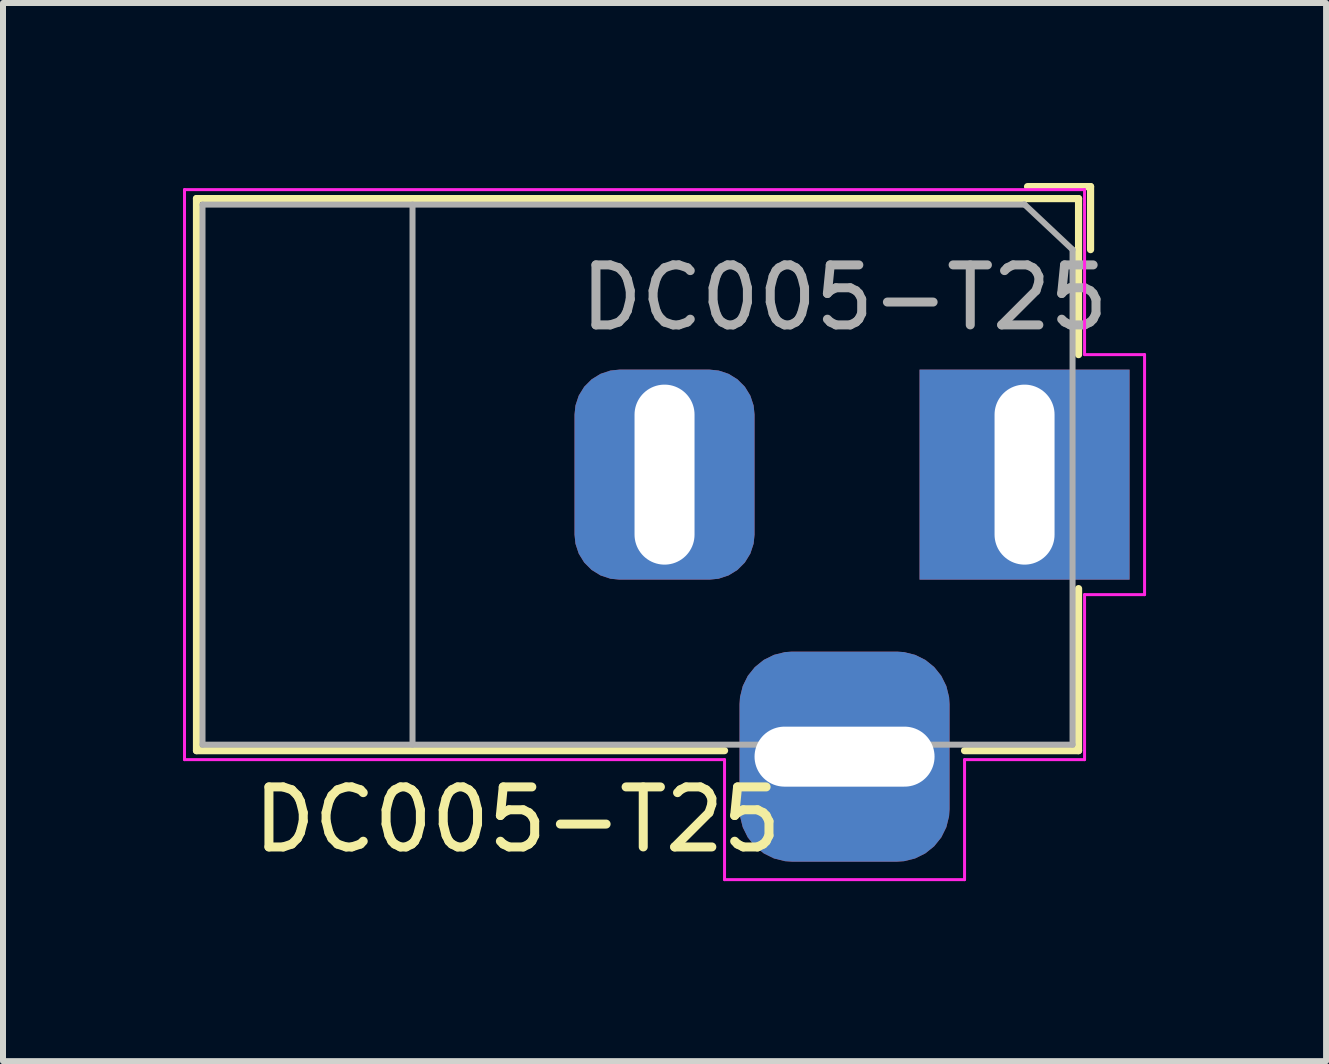
<source format=kicad_pcb>
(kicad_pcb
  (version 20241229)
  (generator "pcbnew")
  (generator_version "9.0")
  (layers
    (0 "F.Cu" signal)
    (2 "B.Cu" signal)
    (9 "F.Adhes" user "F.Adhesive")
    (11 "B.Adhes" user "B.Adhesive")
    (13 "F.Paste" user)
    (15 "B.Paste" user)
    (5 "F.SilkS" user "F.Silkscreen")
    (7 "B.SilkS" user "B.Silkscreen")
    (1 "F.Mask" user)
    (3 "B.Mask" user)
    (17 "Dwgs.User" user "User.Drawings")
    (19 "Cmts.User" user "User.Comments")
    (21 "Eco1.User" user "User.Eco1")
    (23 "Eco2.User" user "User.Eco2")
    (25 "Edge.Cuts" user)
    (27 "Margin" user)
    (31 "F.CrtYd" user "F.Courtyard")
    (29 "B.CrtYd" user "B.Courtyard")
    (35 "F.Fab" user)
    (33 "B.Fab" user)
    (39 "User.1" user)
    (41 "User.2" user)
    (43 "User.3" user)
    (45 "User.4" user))
  (footprint "DC005-T25"
    (layer "F.Cu")
    (at 14.025 4.86)
    (property "Reference" "DC005-T25" (at -8.45 5.75 0) (layer "F.SilkS") (effects (font (size 1 1) (thickness 0.15))))
    (attr through_hole)
    (fp_line (start -13.8 -4.6) (end 0.9 -4.6) (stroke (width 0.12) (type solid)) (layer "F.SilkS"))
    (fp_line (start -13.8 4.6) (end -13.8 -4.6) (stroke (width 0.12) (type solid)) (layer "F.SilkS"))
    (fp_line (start -5 4.6) (end -13.8 4.6) (stroke (width 0.12) (type solid)) (layer "F.SilkS"))
    (fp_line (start 0.05 -4.8) (end 1.1 -4.8) (stroke (width 0.12) (type solid)) (layer "F.SilkS"))
    (fp_line (start 0.9 -4.6) (end 0.9 -2) (stroke (width 0.12) (type solid)) (layer "F.SilkS"))
    (fp_line (start 0.9 1.9) (end 0.9 4.6) (stroke (width 0.12) (type solid)) (layer "F.SilkS"))
    (fp_line (start 0.9 4.6) (end -1 4.6) (stroke (width 0.12) (type solid)) (layer "F.SilkS"))
    (fp_line (start 1.1 -3.75) (end 1.1 -4.8) (stroke (width 0.12) (type solid)) (layer "F.SilkS"))
    (fp_line (start -14 4.75) (end -14 -4.75) (stroke (width 0.05) (type solid)) (layer "F.CrtYd"))
    (fp_line (start -5 4.75) (end -14 4.75) (stroke (width 0.05) (type solid)) (layer "F.CrtYd"))
    (fp_line (start -5 6.75) (end -5 4.75) (stroke (width 0.05) (type solid)) (layer "F.CrtYd"))
    (fp_line (start -1 4.75) (end -1 6.75) (stroke (width 0.05) (type solid)) (layer "F.CrtYd"))
    (fp_line (start -1 6.75) (end -5 6.75) (stroke (width 0.05) (type solid)) (layer "F.CrtYd"))
    (fp_line (start 1 -4.75) (end -14 -4.75) (stroke (width 0.05) (type solid)) (layer "F.CrtYd"))
    (fp_line (start 1 -4.5) (end 1 -4.75) (stroke (width 0.05) (type solid)) (layer "F.CrtYd"))
    (fp_line (start 1 -4.5) (end 1 -2) (stroke (width 0.05) (type solid)) (layer "F.CrtYd"))
    (fp_line (start 1 -2) (end 2 -2) (stroke (width 0.05) (type solid)) (layer "F.CrtYd"))
    (fp_line (start 1 2) (end 1 4.75) (stroke (width 0.05) (type solid)) (layer "F.CrtYd"))
    (fp_line (start 1 4.75) (end -1 4.75) (stroke (width 0.05) (type solid)) (layer "F.CrtYd"))
    (fp_line (start 2 -2) (end 2 2) (stroke (width 0.05) (type solid)) (layer "F.CrtYd"))
    (fp_line (start 2 2) (end 1 2) (stroke (width 0.05) (type solid)) (layer "F.CrtYd"))
    (fp_line (start -13.7 -4.5) (end -13.7 4.5) (stroke (width 0.1) (type solid)) (layer "F.Fab"))
    (fp_line (start -13.7 4.5) (end 0.8 4.5) (stroke (width 0.1) (type solid)) (layer "F.Fab"))
    (fp_line (start -10.2 -4.5) (end -10.2 4.5) (stroke (width 0.1) (type solid)) (layer "F.Fab"))
    (fp_line (start -0.003 -4.505) (end 0.8 -3.75) (stroke (width 0.1) (type solid)) (layer "F.Fab"))
    (fp_line (start 0 -4.5) (end -13.7 -4.5) (stroke (width 0.1) (type solid)) (layer "F.Fab"))
    (fp_line (start 0.8 4.5) (end 0.8 -3.75) (stroke (width 0.1) (type solid)) (layer "F.Fab"))
    (fp_text user "${REFERENCE}" (at -3 -2.95 0) (layer "F.Fab") (effects (font (size 1 1) (thickness 0.15))))
    (pad "1" thru_hole rect (at 0 0) (size 3.5 3.5) (drill oval 1 3) (layers "*.Cu" "*.Mask"))
    (pad "2" thru_hole roundrect (at -6 0) (size 3 3.5) (drill oval 1 3) (layers "*.Cu" "*.Mask") (roundrect_rratio 0.25))
    (pad "3" thru_hole roundrect (at -3 4.7) (size 3.5 3.5) (drill oval 3 1) (layers "*.Cu" "*.Mask") (roundrect_rratio 0.25)))
  (gr_rect
    (start -3 -3)
    (end 19.05 14.635)
    (stroke (width 0.1) (type default))
    (fill no)
    (layer "Edge.Cuts")))
</source>
